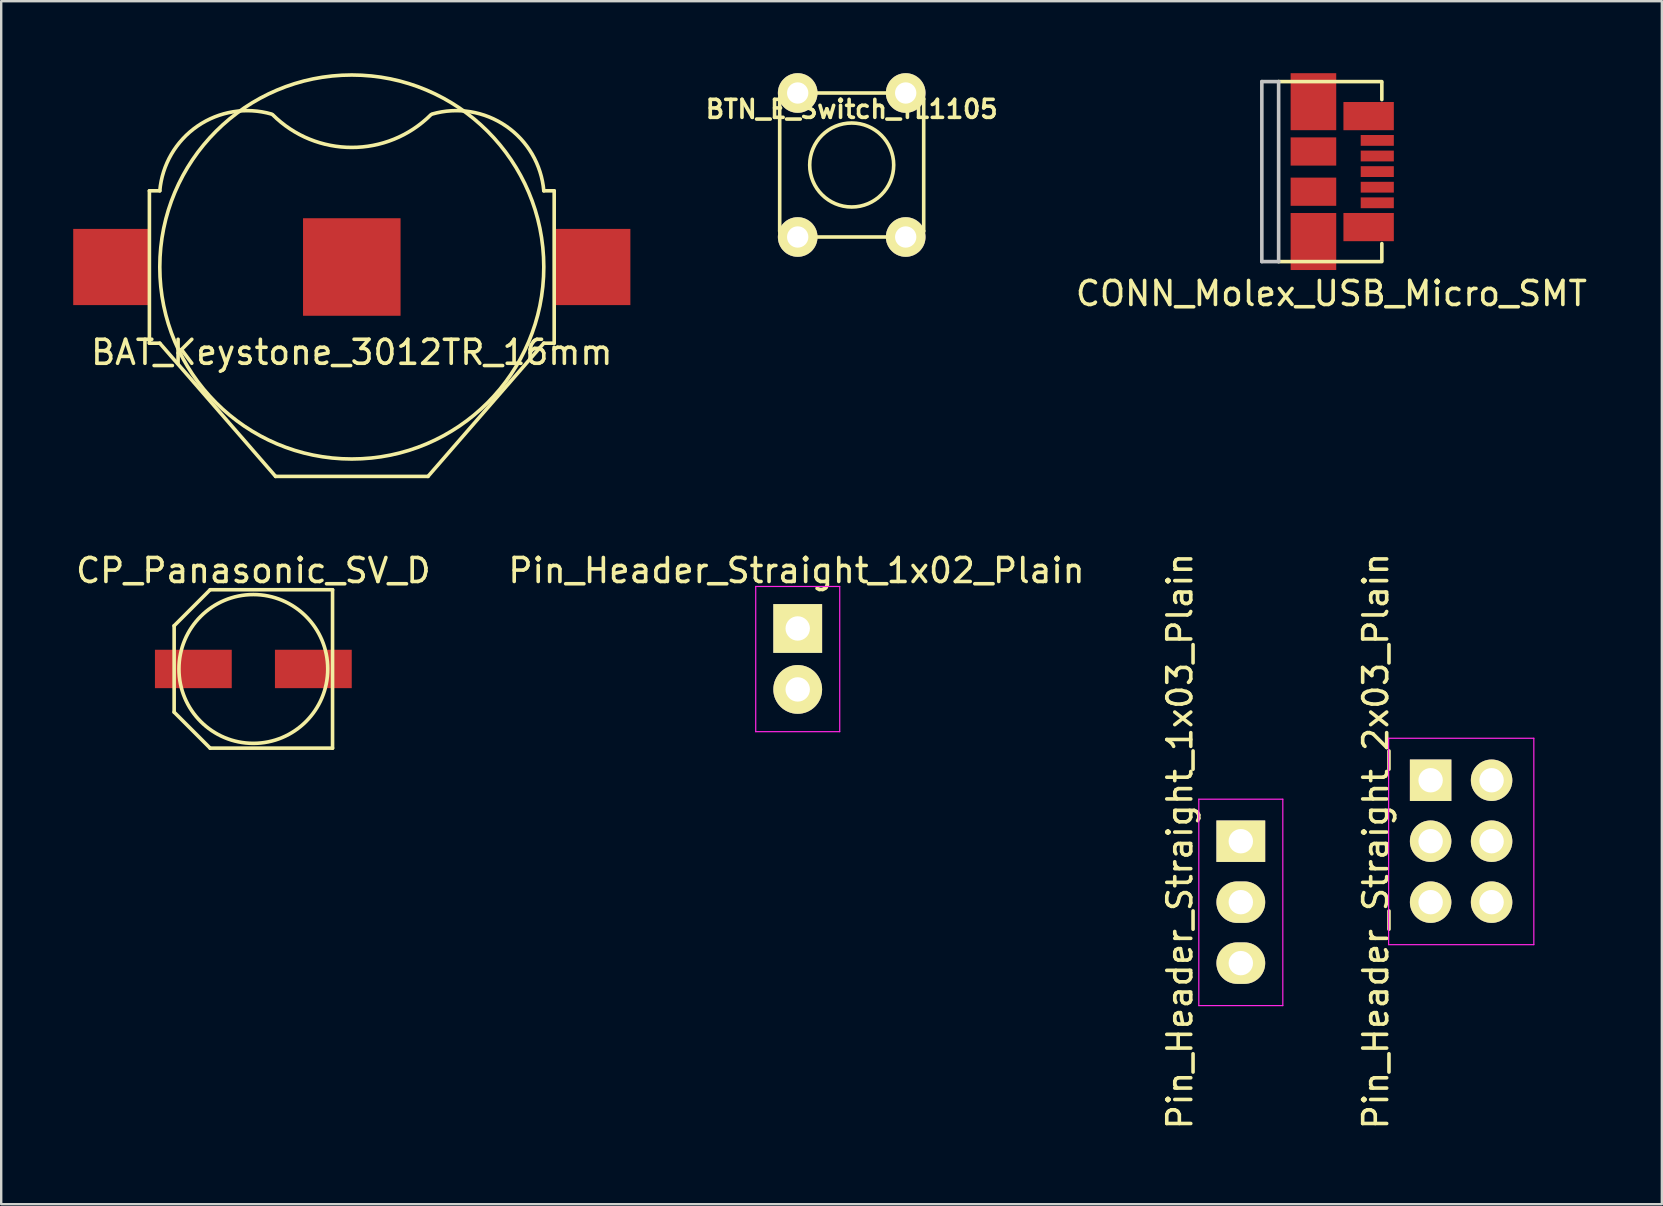
<source format=kicad_pcb>
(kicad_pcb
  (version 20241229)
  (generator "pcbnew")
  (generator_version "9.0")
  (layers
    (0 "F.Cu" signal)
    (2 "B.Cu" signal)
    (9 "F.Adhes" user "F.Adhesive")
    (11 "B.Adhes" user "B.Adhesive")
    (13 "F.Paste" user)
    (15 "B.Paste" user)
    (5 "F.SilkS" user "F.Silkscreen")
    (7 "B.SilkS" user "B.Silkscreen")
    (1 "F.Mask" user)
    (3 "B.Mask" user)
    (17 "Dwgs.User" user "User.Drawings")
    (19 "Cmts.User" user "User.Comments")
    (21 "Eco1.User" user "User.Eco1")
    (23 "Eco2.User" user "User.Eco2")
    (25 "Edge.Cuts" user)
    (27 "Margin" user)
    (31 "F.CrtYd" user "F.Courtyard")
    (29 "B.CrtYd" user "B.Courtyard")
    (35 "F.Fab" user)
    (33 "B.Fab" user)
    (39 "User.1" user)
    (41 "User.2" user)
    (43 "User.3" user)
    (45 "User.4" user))
  (footprint "CONN_Molex_USB_Micro_SMT"
    (layer "F.Cu")
    (at 50.226 4.1)
    (property "Reference" "CONN_Molex_USB_Micro_SMT" (at 2.2 5.08 0) (layer "F.SilkS") (effects (font (size 1 1) (thickness 0.15))))
    (attr through_hole)
    (fp_line (start 0 -3.75) (end 4.3 -3.75) (stroke (width 0.15) (type solid)) (layer "F.SilkS"))
    (fp_line (start 0 3.75) (end 4.3 3.75) (stroke (width 0.15) (type solid)) (layer "F.SilkS"))
    (fp_line (start 4.3 -3.7) (end 4.3 -3) (stroke (width 0.15) (type solid)) (layer "F.SilkS"))
    (fp_line (start 4.3 3.7) (end 4.3 3) (stroke (width 0.15) (type solid)) (layer "F.SilkS"))
    (fp_line (start -0.7 -3.75) (end -0.7 3.75) (stroke (width 0.15) (type solid)) (layer "Dwgs.User"))
    (fp_line (start -0.7 -3.75) (end 0 -3.75) (stroke (width 0.15) (type solid)) (layer "Dwgs.User"))
    (fp_line (start 0 3.75) (end -0.7 3.75) (stroke (width 0.15) (type solid)) (layer "Dwgs.User"))
    (fp_line (start 0 3.75) (end 0 -3.75) (stroke (width 0.15) (type solid)) (layer "Dwgs.User"))
    (pad "1" smd rect (at 4.11 -1.3) (size 1.38 0.45) (layers "F.Cu" "F.Mask" "F.Paste"))
    (pad "2" smd rect (at 4.11 -0.65) (size 1.38 0.45) (layers "F.Cu" "F.Mask" "F.Paste"))
    (pad "3" smd rect (at 4.11 0) (size 1.38 0.45) (layers "F.Cu" "F.Mask" "F.Paste"))
    (pad "4" smd rect (at 4.11 0.65) (size 1.38 0.45) (layers "F.Cu" "F.Mask" "F.Paste"))
    (pad "5" smd rect (at 4.11 1.3) (size 1.38 0.45) (layers "F.Cu" "F.Mask" "F.Paste"))
    (pad "SH1" connect rect (at 1.45 -2.913) (size 1.9 2.375) (layers "F.Cu" "F.Mask"))
    (pad "SH2" connect rect (at 1.45 2.913) (size 1.9 2.375) (layers "F.Cu" "F.Mask"))
    (pad "SH3" connect rect (at 1.45 -0.838) (size 1.9 1.175) (layers "F.Cu" "F.Mask"))
    (pad "SH4" connect rect (at 1.45 0.838) (size 1.9 1.175) (layers "F.Cu" "F.Mask"))
    (pad "SH5" connect rect (at 3.75 -2.312) (size 2.1 1.175) (layers "F.Cu" "F.Mask"))
    (pad "SH6" connect rect (at 3.75 2.312) (size 2.1 1.175) (layers "F.Cu" "F.Mask")))
  (footprint "Pin_Header_Straight_1x02_Plain"
    (layer "F.Cu")
    (at 30.188 23.136)
    (property "Reference" "Pin_Header_Straight_1x02_Plain" (at -0.051 -2.413 180) (layer "F.SilkS") (effects (font (size 1 1) (thickness 0.15))))
    (attr through_hole)
    (fp_line (start -1.75 -1.75) (end -1.75 4.3) (stroke (width 0.05) (type solid)) (layer "F.CrtYd"))
    (fp_line (start -1.75 -1.75) (end 1.75 -1.75) (stroke (width 0.05) (type solid)) (layer "F.CrtYd"))
    (fp_line (start -1.75 4.3) (end 1.75 4.3) (stroke (width 0.05) (type solid)) (layer "F.CrtYd"))
    (fp_line (start 1.75 -1.75) (end 1.75 4.3) (stroke (width 0.05) (type solid)) (layer "F.CrtYd"))
    (pad "1" thru_hole rect (at 0 0) (size 2.032 2.032) (drill 1.016) (layers "*.Cu" "*.Mask" "F.SilkS"))
    (pad "2" thru_hole oval (at 0 2.54) (size 2.032 2.032) (drill 1.016) (layers "*.Cu" "*.Mask" "F.SilkS")))
  (footprint "Pin_Header_Straight_1x03_Plain"
    (layer "F.Cu")
    (at 48.65 32)
    (property "Reference" "Pin_Header_Straight_1x03_Plain" (at -2.54 0 90) (layer "F.SilkS") (effects (font (size 1 1) (thickness 0.15))))
    (attr through_hole)
    (fp_line (start -1.75 -1.75) (end -1.75 6.85) (stroke (width 0.05) (type solid)) (layer "F.CrtYd"))
    (fp_line (start -1.75 -1.75) (end 1.75 -1.75) (stroke (width 0.05) (type solid)) (layer "F.CrtYd"))
    (fp_line (start -1.75 6.85) (end 1.75 6.85) (stroke (width 0.05) (type solid)) (layer "F.CrtYd"))
    (fp_line (start 1.75 -1.75) (end 1.75 6.85) (stroke (width 0.05) (type solid)) (layer "F.CrtYd"))
    (pad "1" thru_hole rect (at 0 0) (size 2.032 1.727) (drill 1.016) (layers "*.Cu" "*.Mask" "F.SilkS"))
    (pad "2" thru_hole oval (at 0 2.54) (size 2.032 1.727) (drill 1.016) (layers "*.Cu" "*.Mask" "F.SilkS"))
    (pad "3" thru_hole oval (at 0 5.08) (size 2.032 1.727) (drill 1.016) (layers "*.Cu" "*.Mask" "F.SilkS")))
  (footprint "CP_Panasonic_SV_D"
    (layer "F.Cu")
    (at 7.506 24.823)
    (property "Reference" "CP_Panasonic_SV_D" (at 0 -4.1 0) (layer "F.SilkS") (effects (font (size 1 1) (thickness 0.15))))
    (attr through_hole)
    (fp_line (start -3.3 -1.8) (end -3.3 1.8) (stroke (width 0.15) (type solid)) (layer "F.SilkS"))
    (fp_line (start -3.3 -1.8) (end -1.8 -3.3) (stroke (width 0.15) (type solid)) (layer "F.SilkS"))
    (fp_line (start -3.3 1.8) (end -1.8 3.3) (stroke (width 0.15) (type solid)) (layer "F.SilkS"))
    (fp_line (start -1.8 -3.3) (end 3.3 -3.3) (stroke (width 0.15) (type solid)) (layer "F.SilkS"))
    (fp_line (start 3.3 -3.3) (end 3.3 3.3) (stroke (width 0.15) (type solid)) (layer "F.SilkS"))
    (fp_line (start 3.3 3.3) (end -1.8 3.3) (stroke (width 0.15) (type solid)) (layer "F.SilkS"))
    (fp_circle (center 0 0) (end 3.1 0) (stroke (width 0.15) (type solid)) (fill no) (layer "F.SilkS"))
    (pad "1" smd rect (at -2.5 0) (size 3.2 1.6) (layers "F.Cu" "F.Mask" "F.Paste"))
    (pad "2" smd rect (at 2.5 0) (size 3.2 1.6) (layers "F.Cu" "F.Mask" "F.Paste")))
  (footprint "Pin_Header_Straight_2x03_Plain"
    (layer "F.Cu")
    (at 56.559 29.46)
    (property "Reference" "Pin_Header_Straight_2x03_Plain" (at -2.286 2.54 90) (layer "F.SilkS") (effects (font (size 1 1) (thickness 0.15))))
    (attr through_hole)
    (fp_line (start -1.75 -1.75) (end -1.75 6.85) (stroke (width 0.05) (type solid)) (layer "F.CrtYd"))
    (fp_line (start -1.75 -1.75) (end 4.3 -1.75) (stroke (width 0.05) (type solid)) (layer "F.CrtYd"))
    (fp_line (start -1.75 6.85) (end 4.3 6.85) (stroke (width 0.05) (type solid)) (layer "F.CrtYd"))
    (fp_line (start 4.3 -1.75) (end 4.3 6.85) (stroke (width 0.05) (type solid)) (layer "F.CrtYd"))
    (pad "1" thru_hole rect (at 0 0) (size 1.727 1.727) (drill 1.016) (layers "*.Cu" "*.Mask" "F.SilkS"))
    (pad "2" thru_hole oval (at 2.54 0) (size 1.727 1.727) (drill 1.016) (layers "*.Cu" "*.Mask" "F.SilkS"))
    (pad "3" thru_hole oval (at 0 2.54) (size 1.727 1.727) (drill 1.016) (layers "*.Cu" "*.Mask" "F.SilkS"))
    (pad "4" thru_hole oval (at 2.54 2.54) (size 1.727 1.727) (drill 1.016) (layers "*.Cu" "*.Mask" "F.SilkS"))
    (pad "5" thru_hole oval (at 0 5.08) (size 1.727 1.727) (drill 1.016) (layers "*.Cu" "*.Mask" "F.SilkS"))
    (pad "6" thru_hole oval (at 2.54 5.08) (size 1.727 1.727) (drill 1.016) (layers "*.Cu" "*.Mask" "F.SilkS")))
  (footprint "BTN_E_Switch_TL1105"
    (layer "F.Cu")
    (at 32.437 3.825)
    (property "Reference" "BTN_E_Switch_TL1105" (at 0 -2.325 0) (layer "F.SilkS") (effects (font (size 0.75 0.75) (thickness 0.15))))
    (attr through_hole)
    (fp_line (start -3 2.75) (end -3 -2.75) (stroke (width 0.15) (type solid)) (layer "F.SilkS"))
    (fp_line (start -2.75 -3) (end 2.75 -3) (stroke (width 0.15) (type solid)) (layer "F.SilkS"))
    (fp_line (start 2.75 3) (end -2.75 3) (stroke (width 0.15) (type solid)) (layer "F.SilkS"))
    (fp_line (start 3 -2.75) (end 3 2.75) (stroke (width 0.15) (type solid)) (layer "F.SilkS"))
    (fp_arc (start -3 -2.75) (mid -2.926777 -2.926777) (end -2.75 -3) (stroke (width 0.15) (type solid)) (layer "F.SilkS"))
    (fp_arc (start -2.75 3) (mid -2.926777 2.926777) (end -3 2.75) (stroke (width 0.15) (type solid)) (layer "F.SilkS"))
    (fp_arc (start 2.75 -3) (mid 2.926777 -2.926777) (end 3 -2.75) (stroke (width 0.15) (type solid)) (layer "F.SilkS"))
    (fp_arc (start 3 2.75) (mid 2.926777 2.926777) (end 2.75 3) (stroke (width 0.15) (type solid)) (layer "F.SilkS"))
    (fp_circle (center 0 0) (end 1.75 0) (stroke (width 0.15) (type solid)) (fill no) (layer "F.SilkS"))
    (pad "1" thru_hole circle (at -2.25 -3) (size 1.651 1.651) (drill 0.889) (layers "*.Cu" "*.Mask" "F.SilkS"))
    (pad "2" thru_hole circle (at -2.25 3) (size 1.651 1.651) (drill 0.889) (layers "*.Cu" "*.Mask" "F.SilkS"))
    (pad "3" thru_hole circle (at 2.25 -3) (size 1.651 1.651) (drill 0.889) (layers "*.Cu" "*.Mask" "F.SilkS"))
    (pad "4" thru_hole circle (at 2.25 3) (size 1.651 1.651) (drill 0.889) (layers "*.Cu" "*.Mask" "F.SilkS")))
  (footprint "BAT_Keystone_3012TR_16mm"
    (layer "F.Cu")
    (at 11.608 8.075)
    (property "Reference" "BAT_Keystone_3012TR_16mm" (at 0 3.556 0) (layer "F.SilkS") (effects (font (size 1 1) (thickness 0.15))))
    (attr through_hole)
    (fp_line (start -8.433 -3.175) (end -8.433 3.175) (stroke (width 0.15) (type solid)) (layer "F.SilkS"))
    (fp_line (start -8.433 -3.175) (end -8 -3.175) (stroke (width 0.15) (type solid)) (layer "F.SilkS"))
    (fp_line (start -8.433 3.175) (end -8 3.175) (stroke (width 0.15) (type solid)) (layer "F.SilkS"))
    (fp_line (start -8 3.175) (end -3.175 8.725) (stroke (width 0.15) (type solid)) (layer "F.SilkS"))
    (fp_line (start -3.175 8.725) (end 3.175 8.725) (stroke (width 0.15) (type solid)) (layer "F.SilkS"))
    (fp_line (start 8 3.175) (end 3.175 8.725) (stroke (width 0.15) (type solid)) (layer "F.SilkS"))
    (fp_line (start 8.433 -3.175) (end 8 -3.175) (stroke (width 0.15) (type solid)) (layer "F.SilkS"))
    (fp_line (start 8.433 -3.175) (end 8.433 3.175) (stroke (width 0.15) (type solid)) (layer "F.SilkS"))
    (fp_line (start 8.433 3.175) (end 8 3.175) (stroke (width 0.15) (type solid)) (layer "F.SilkS"))
    (fp_arc (start -7.99973 -3.175) (mid -6.428743 -5.870969) (end -3.349196 -6.373604) (stroke (width 0.15) (type solid)) (layer "F.SilkS"))
    (fp_arc (start 3.302 -6.35) (mid 0 -4.982267) (end -3.302 -6.35) (stroke (width 0.15) (type solid)) (layer "F.SilkS"))
    (fp_arc (start 3.349196 -6.373604) (mid 6.428743 -5.870969) (end 7.99973 -3.175) (stroke (width 0.15) (type solid)) (layer "F.SilkS"))
    (fp_circle (center 0 0) (end 8 0) (stroke (width 0.15) (type solid)) (fill no) (layer "F.SilkS"))
    (pad "1" smd rect (at -10.02 0) (size 3.175 3.175) (layers "F.Cu" "F.Mask" "F.Paste"))
    (pad "1" smd rect (at 10.02 0) (size 3.175 3.175) (layers "F.Cu" "F.Mask" "F.Paste"))
    (pad "2" smd rect (at 0 0) (size 4.064 4.064) (layers "F.Cu" "F.Mask" "F.Paste")))
  (gr_rect
    (start -3 -3)
    (end 66.194 47.125)
    (stroke (width 0.1) (type default))
    (fill no)
    (layer "Edge.Cuts")))
</source>
